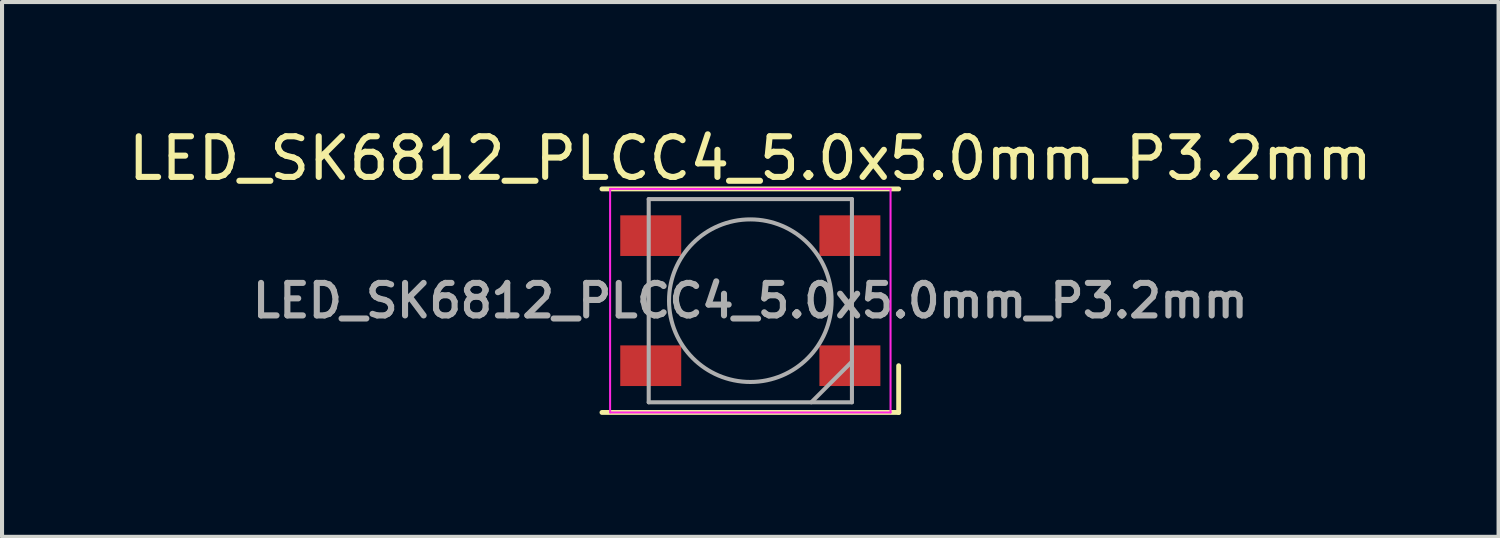
<source format=kicad_pcb>
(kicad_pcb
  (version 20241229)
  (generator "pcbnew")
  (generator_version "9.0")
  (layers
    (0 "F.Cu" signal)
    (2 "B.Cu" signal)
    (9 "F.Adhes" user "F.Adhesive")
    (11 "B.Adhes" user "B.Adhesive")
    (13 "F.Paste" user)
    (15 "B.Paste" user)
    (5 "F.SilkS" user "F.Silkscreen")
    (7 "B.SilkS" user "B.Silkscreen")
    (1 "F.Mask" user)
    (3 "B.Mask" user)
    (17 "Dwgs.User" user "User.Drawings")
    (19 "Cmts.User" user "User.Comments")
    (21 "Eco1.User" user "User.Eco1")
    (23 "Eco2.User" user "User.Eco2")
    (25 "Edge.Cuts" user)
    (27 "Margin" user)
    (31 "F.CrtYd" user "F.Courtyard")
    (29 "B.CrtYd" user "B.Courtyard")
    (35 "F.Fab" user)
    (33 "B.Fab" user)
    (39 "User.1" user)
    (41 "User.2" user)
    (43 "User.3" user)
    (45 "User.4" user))
  (footprint "LED_SK6812_PLCC4_5.0x5.0mm_P3.2mm"
    (layer "F.Cu")
    (at 15.411 4.348)
    (property "Reference" "LED_SK6812_PLCC4_5.0x5.0mm_P3.2mm" (at 0 -3.5 0) (layer "F.SilkS") (effects (font (size 1 1) (thickness 0.15))))
    (attr smd)
    (fp_line (start -3.65 -2.75) (end 3.65 -2.75) (stroke (width 0.12) (type solid)) (layer "F.SilkS"))
    (fp_line (start -3.65 2.75) (end 3.65 2.75) (stroke (width 0.12) (type solid)) (layer "F.SilkS"))
    (fp_line (start 3.65 2.75) (end 3.65 1.6) (stroke (width 0.12) (type solid)) (layer "F.SilkS"))
    (fp_line (start -3.45 -2.75) (end -3.45 2.75) (stroke (width 0.05) (type solid)) (layer "F.CrtYd"))
    (fp_line (start -3.45 2.75) (end 3.45 2.75) (stroke (width 0.05) (type solid)) (layer "F.CrtYd"))
    (fp_line (start 3.45 -2.75) (end -3.45 -2.75) (stroke (width 0.05) (type solid)) (layer "F.CrtYd"))
    (fp_line (start 3.45 2.75) (end 3.45 -2.75) (stroke (width 0.05) (type solid)) (layer "F.CrtYd"))
    (fp_line (start -2.5 -2.5) (end -2.5 2.5) (stroke (width 0.1) (type solid)) (layer "F.Fab"))
    (fp_line (start -2.5 2.5) (end 2.5 2.5) (stroke (width 0.1) (type solid)) (layer "F.Fab"))
    (fp_line (start 2.5 -2.5) (end -2.5 -2.5) (stroke (width 0.1) (type solid)) (layer "F.Fab"))
    (fp_line (start 2.5 1.5) (end 1.5 2.5) (stroke (width 0.1) (type solid)) (layer "F.Fab"))
    (fp_line (start 2.5 2.5) (end 2.5 -2.5) (stroke (width 0.1) (type solid)) (layer "F.Fab"))
    (fp_circle (center 0 0) (end 0 -2) (stroke (width 0.1) (type solid)) (fill no) (layer "F.Fab"))
    (fp_text user "${REFERENCE}" (at 0 0 0) (layer "F.Fab") (effects (font (size 0.8 0.8) (thickness 0.15))))
    (pad "1" smd rect (at -2.45 -1.6) (size 1.5 1) (layers "F.Cu" "F.Mask" "F.Paste"))
    (pad "2" smd rect (at -2.45 1.6) (size 1.5 1) (layers "F.Cu" "F.Mask" "F.Paste"))
    (pad "3" smd rect (at 2.45 1.6) (size 1.5 1) (layers "F.Cu" "F.Mask" "F.Paste"))
    (pad "4" smd rect (at 2.45 -1.6) (size 1.5 1) (layers "F.Cu" "F.Mask" "F.Paste")))
  (gr_rect
    (start -3 -3)
    (end 33.821 10.158)
    (stroke (width 0.1) (type default))
    (fill no)
    (layer "Edge.Cuts")))
</source>
